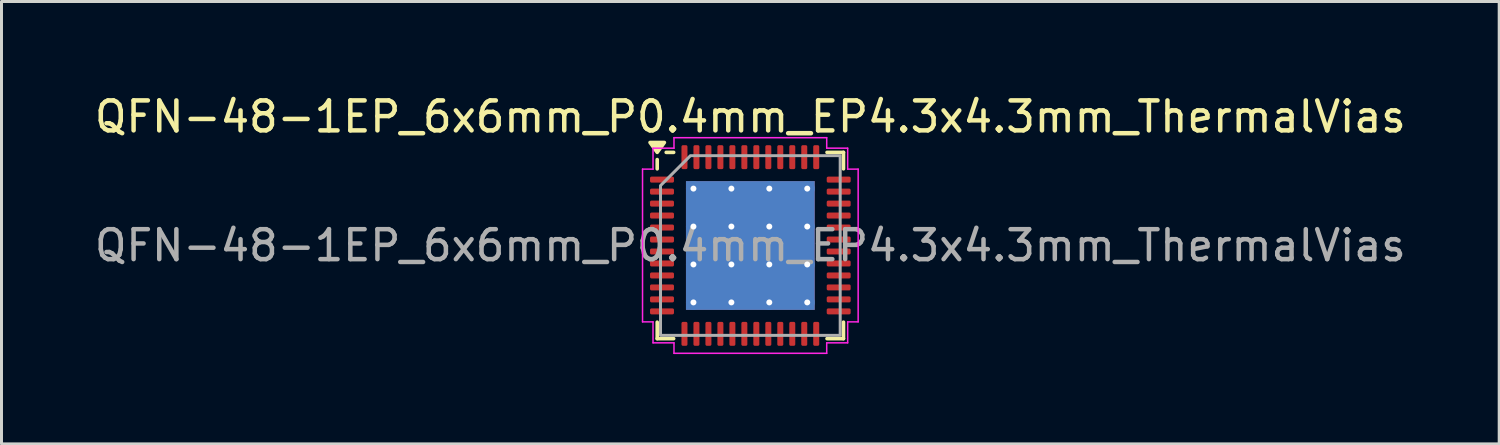
<source format=kicad_pcb>
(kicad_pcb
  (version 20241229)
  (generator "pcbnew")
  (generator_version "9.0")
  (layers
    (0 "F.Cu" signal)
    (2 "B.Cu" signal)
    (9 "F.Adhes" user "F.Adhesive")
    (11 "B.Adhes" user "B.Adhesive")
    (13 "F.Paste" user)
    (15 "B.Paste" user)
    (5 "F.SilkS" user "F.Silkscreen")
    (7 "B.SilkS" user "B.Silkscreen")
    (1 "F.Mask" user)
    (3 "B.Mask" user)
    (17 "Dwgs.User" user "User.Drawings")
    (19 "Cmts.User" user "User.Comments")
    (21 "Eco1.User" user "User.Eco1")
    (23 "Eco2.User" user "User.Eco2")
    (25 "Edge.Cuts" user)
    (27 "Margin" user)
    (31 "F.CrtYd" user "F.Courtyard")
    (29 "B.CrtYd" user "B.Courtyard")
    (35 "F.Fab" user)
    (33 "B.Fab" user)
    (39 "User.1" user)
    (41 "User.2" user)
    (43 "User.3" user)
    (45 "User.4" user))
  (footprint "QFN-48-1EP_6x6mm_P0.4mm_EP4.3x4.3mm_ThermalVias"
    (layer "F.Cu")
    (at 22.006 5.148)
    (property "Reference" "QFN-48-1EP_6x6mm_P0.4mm_EP4.3x4.3mm_ThermalVias" (at 0 -4.3 0) (layer "F.SilkS") (effects (font (size 1 1) (thickness 0.15))))
    (attr smd)
    (fp_line (start -3.11 -2.56) (end -3.11 -2.87) (stroke (width 0.12) (type solid)) (layer "F.SilkS"))
    (fp_line (start -3.11 3.11) (end -3.11 2.56) (stroke (width 0.12) (type solid)) (layer "F.SilkS"))
    (fp_line (start -2.56 -3.11) (end -2.81 -3.11) (stroke (width 0.12) (type solid)) (layer "F.SilkS"))
    (fp_line (start -2.56 3.11) (end -3.11 3.11) (stroke (width 0.12) (type solid)) (layer "F.SilkS"))
    (fp_line (start 2.56 -3.11) (end 3.11 -3.11) (stroke (width 0.12) (type solid)) (layer "F.SilkS"))
    (fp_line (start 2.56 3.11) (end 3.11 3.11) (stroke (width 0.12) (type solid)) (layer "F.SilkS"))
    (fp_line (start 3.11 -3.11) (end 3.11 -2.56) (stroke (width 0.12) (type solid)) (layer "F.SilkS"))
    (fp_line (start 3.11 3.11) (end 3.11 2.56) (stroke (width 0.12) (type solid)) (layer "F.SilkS"))
    (fp_poly (pts (xy -3.11 -3.11) (xy -3.35 -3.44) (xy -2.87 -3.44)) (stroke (width 0.12) (type solid)) (fill yes) (layer "F.SilkS"))
    (fp_line (start -3.6 -2.55) (end -3.25 -2.55) (stroke (width 0.05) (type solid)) (layer "F.CrtYd"))
    (fp_line (start -3.6 2.55) (end -3.6 -2.55) (stroke (width 0.05) (type solid)) (layer "F.CrtYd"))
    (fp_line (start -3.25 -3.25) (end -2.55 -3.25) (stroke (width 0.05) (type solid)) (layer "F.CrtYd"))
    (fp_line (start -3.25 -2.55) (end -3.25 -3.25) (stroke (width 0.05) (type solid)) (layer "F.CrtYd"))
    (fp_line (start -3.25 2.55) (end -3.6 2.55) (stroke (width 0.05) (type solid)) (layer "F.CrtYd"))
    (fp_line (start -3.25 3.25) (end -3.25 2.55) (stroke (width 0.05) (type solid)) (layer "F.CrtYd"))
    (fp_line (start -2.55 -3.6) (end 2.55 -3.6) (stroke (width 0.05) (type solid)) (layer "F.CrtYd"))
    (fp_line (start -2.55 -3.25) (end -2.55 -3.6) (stroke (width 0.05) (type solid)) (layer "F.CrtYd"))
    (fp_line (start -2.55 3.25) (end -3.25 3.25) (stroke (width 0.05) (type solid)) (layer "F.CrtYd"))
    (fp_line (start -2.55 3.6) (end -2.55 3.25) (stroke (width 0.05) (type solid)) (layer "F.CrtYd"))
    (fp_line (start 2.55 -3.6) (end 2.55 -3.25) (stroke (width 0.05) (type solid)) (layer "F.CrtYd"))
    (fp_line (start 2.55 -3.25) (end 3.25 -3.25) (stroke (width 0.05) (type solid)) (layer "F.CrtYd"))
    (fp_line (start 2.55 3.25) (end 2.55 3.6) (stroke (width 0.05) (type solid)) (layer "F.CrtYd"))
    (fp_line (start 2.55 3.6) (end -2.55 3.6) (stroke (width 0.05) (type solid)) (layer "F.CrtYd"))
    (fp_line (start 3.25 -3.25) (end 3.25 -2.55) (stroke (width 0.05) (type solid)) (layer "F.CrtYd"))
    (fp_line (start 3.25 -2.55) (end 3.6 -2.55) (stroke (width 0.05) (type solid)) (layer "F.CrtYd"))
    (fp_line (start 3.25 2.55) (end 3.25 3.25) (stroke (width 0.05) (type solid)) (layer "F.CrtYd"))
    (fp_line (start 3.25 3.25) (end 2.55 3.25) (stroke (width 0.05) (type solid)) (layer "F.CrtYd"))
    (fp_line (start 3.6 -2.55) (end 3.6 2.55) (stroke (width 0.05) (type solid)) (layer "F.CrtYd"))
    (fp_line (start 3.6 2.55) (end 3.25 2.55) (stroke (width 0.05) (type solid)) (layer "F.CrtYd"))
    (fp_poly (pts (xy -3 -2) (xy -3 3) (xy 3 3) (xy 3 -3) (xy -2 -3)) (stroke (width 0.1) (type solid)) (fill no) (layer "F.Fab"))
    (fp_text user "${REFERENCE}" (at 0 0 0) (layer "F.Fab") (effects (font (size 1 1) (thickness 0.15))))
    (pad "" smd roundrect (at -1.43 -1.43) (size 1.16 1.16) (layers "F.Paste") (roundrect_rratio 0.216))
    (pad "" smd roundrect (at -1.43 0) (size 1.16 1.16) (layers "F.Paste") (roundrect_rratio 0.216))
    (pad "" smd roundrect (at -1.43 1.43) (size 1.16 1.16) (layers "F.Paste") (roundrect_rratio 0.216))
    (pad "" smd roundrect (at 0 -1.43) (size 1.16 1.16) (layers "F.Paste") (roundrect_rratio 0.216))
    (pad "" smd roundrect (at 0 0) (size 1.16 1.16) (layers "F.Paste") (roundrect_rratio 0.216))
    (pad "" smd roundrect (at 0 1.43) (size 1.16 1.16) (layers "F.Paste") (roundrect_rratio 0.216))
    (pad "" smd roundrect (at 1.43 -1.43) (size 1.16 1.16) (layers "F.Paste") (roundrect_rratio 0.216))
    (pad "" smd roundrect (at 1.43 0) (size 1.16 1.16) (layers "F.Paste") (roundrect_rratio 0.216))
    (pad "" smd roundrect (at 1.43 1.43) (size 1.16 1.16) (layers "F.Paste") (roundrect_rratio 0.216))
    (pad "1" smd roundrect (at -2.95 -2.2) (size 0.8 0.2) (layers "F.Cu" "F.Mask" "F.Paste") (roundrect_rratio 0.25))
    (pad "2" smd roundrect (at -2.95 -1.8) (size 0.8 0.2) (layers "F.Cu" "F.Mask" "F.Paste") (roundrect_rratio 0.25))
    (pad "3" smd roundrect (at -2.95 -1.4) (size 0.8 0.2) (layers "F.Cu" "F.Mask" "F.Paste") (roundrect_rratio 0.25))
    (pad "4" smd roundrect (at -2.95 -1) (size 0.8 0.2) (layers "F.Cu" "F.Mask" "F.Paste") (roundrect_rratio 0.25))
    (pad "5" smd roundrect (at -2.95 -0.6) (size 0.8 0.2) (layers "F.Cu" "F.Mask" "F.Paste") (roundrect_rratio 0.25))
    (pad "6" smd roundrect (at -2.95 -0.2) (size 0.8 0.2) (layers "F.Cu" "F.Mask" "F.Paste") (roundrect_rratio 0.25))
    (pad "7" smd roundrect (at -2.95 0.2) (size 0.8 0.2) (layers "F.Cu" "F.Mask" "F.Paste") (roundrect_rratio 0.25))
    (pad "8" smd roundrect (at -2.95 0.6) (size 0.8 0.2) (layers "F.Cu" "F.Mask" "F.Paste") (roundrect_rratio 0.25))
    (pad "9" smd roundrect (at -2.95 1) (size 0.8 0.2) (layers "F.Cu" "F.Mask" "F.Paste") (roundrect_rratio 0.25))
    (pad "10" smd roundrect (at -2.95 1.4) (size 0.8 0.2) (layers "F.Cu" "F.Mask" "F.Paste") (roundrect_rratio 0.25))
    (pad "11" smd roundrect (at -2.95 1.8) (size 0.8 0.2) (layers "F.Cu" "F.Mask" "F.Paste") (roundrect_rratio 0.25))
    (pad "12" smd roundrect (at -2.95 2.2) (size 0.8 0.2) (layers "F.Cu" "F.Mask" "F.Paste") (roundrect_rratio 0.25))
    (pad "13" smd roundrect (at -2.2 2.95) (size 0.2 0.8) (layers "F.Cu" "F.Mask" "F.Paste") (roundrect_rratio 0.25))
    (pad "14" smd roundrect (at -1.8 2.95) (size 0.2 0.8) (layers "F.Cu" "F.Mask" "F.Paste") (roundrect_rratio 0.25))
    (pad "15" smd roundrect (at -1.4 2.95) (size 0.2 0.8) (layers "F.Cu" "F.Mask" "F.Paste") (roundrect_rratio 0.25))
    (pad "16" smd roundrect (at -1 2.95) (size 0.2 0.8) (layers "F.Cu" "F.Mask" "F.Paste") (roundrect_rratio 0.25))
    (pad "17" smd roundrect (at -0.6 2.95) (size 0.2 0.8) (layers "F.Cu" "F.Mask" "F.Paste") (roundrect_rratio 0.25))
    (pad "18" smd roundrect (at -0.2 2.95) (size 0.2 0.8) (layers "F.Cu" "F.Mask" "F.Paste") (roundrect_rratio 0.25))
    (pad "19" smd roundrect (at 0.2 2.95) (size 0.2 0.8) (layers "F.Cu" "F.Mask" "F.Paste") (roundrect_rratio 0.25))
    (pad "20" smd roundrect (at 0.6 2.95) (size 0.2 0.8) (layers "F.Cu" "F.Mask" "F.Paste") (roundrect_rratio 0.25))
    (pad "21" smd roundrect (at 1 2.95) (size 0.2 0.8) (layers "F.Cu" "F.Mask" "F.Paste") (roundrect_rratio 0.25))
    (pad "22" smd roundrect (at 1.4 2.95) (size 0.2 0.8) (layers "F.Cu" "F.Mask" "F.Paste") (roundrect_rratio 0.25))
    (pad "23" smd roundrect (at 1.8 2.95) (size 0.2 0.8) (layers "F.Cu" "F.Mask" "F.Paste") (roundrect_rratio 0.25))
    (pad "24" smd roundrect (at 2.2 2.95) (size 0.2 0.8) (layers "F.Cu" "F.Mask" "F.Paste") (roundrect_rratio 0.25))
    (pad "25" smd roundrect (at 2.95 2.2) (size 0.8 0.2) (layers "F.Cu" "F.Mask" "F.Paste") (roundrect_rratio 0.25))
    (pad "26" smd roundrect (at 2.95 1.8) (size 0.8 0.2) (layers "F.Cu" "F.Mask" "F.Paste") (roundrect_rratio 0.25))
    (pad "27" smd roundrect (at 2.95 1.4) (size 0.8 0.2) (layers "F.Cu" "F.Mask" "F.Paste") (roundrect_rratio 0.25))
    (pad "28" smd roundrect (at 2.95 1) (size 0.8 0.2) (layers "F.Cu" "F.Mask" "F.Paste") (roundrect_rratio 0.25))
    (pad "29" smd roundrect (at 2.95 0.6) (size 0.8 0.2) (layers "F.Cu" "F.Mask" "F.Paste") (roundrect_rratio 0.25))
    (pad "30" smd roundrect (at 2.95 0.2) (size 0.8 0.2) (layers "F.Cu" "F.Mask" "F.Paste") (roundrect_rratio 0.25))
    (pad "31" smd roundrect (at 2.95 -0.2) (size 0.8 0.2) (layers "F.Cu" "F.Mask" "F.Paste") (roundrect_rratio 0.25))
    (pad "32" smd roundrect (at 2.95 -0.6) (size 0.8 0.2) (layers "F.Cu" "F.Mask" "F.Paste") (roundrect_rratio 0.25))
    (pad "33" smd roundrect (at 2.95 -1) (size 0.8 0.2) (layers "F.Cu" "F.Mask" "F.Paste") (roundrect_rratio 0.25))
    (pad "34" smd roundrect (at 2.95 -1.4) (size 0.8 0.2) (layers "F.Cu" "F.Mask" "F.Paste") (roundrect_rratio 0.25))
    (pad "35" smd roundrect (at 2.95 -1.8) (size 0.8 0.2) (layers "F.Cu" "F.Mask" "F.Paste") (roundrect_rratio 0.25))
    (pad "36" smd roundrect (at 2.95 -2.2) (size 0.8 0.2) (layers "F.Cu" "F.Mask" "F.Paste") (roundrect_rratio 0.25))
    (pad "37" smd roundrect (at 2.2 -2.95) (size 0.2 0.8) (layers "F.Cu" "F.Mask" "F.Paste") (roundrect_rratio 0.25))
    (pad "38" smd roundrect (at 1.8 -2.95) (size 0.2 0.8) (layers "F.Cu" "F.Mask" "F.Paste") (roundrect_rratio 0.25))
    (pad "39" smd roundrect (at 1.4 -2.95) (size 0.2 0.8) (layers "F.Cu" "F.Mask" "F.Paste") (roundrect_rratio 0.25))
    (pad "40" smd roundrect (at 1 -2.95) (size 0.2 0.8) (layers "F.Cu" "F.Mask" "F.Paste") (roundrect_rratio 0.25))
    (pad "41" smd roundrect (at 0.6 -2.95) (size 0.2 0.8) (layers "F.Cu" "F.Mask" "F.Paste") (roundrect_rratio 0.25))
    (pad "42" smd roundrect (at 0.2 -2.95) (size 0.2 0.8) (layers "F.Cu" "F.Mask" "F.Paste") (roundrect_rratio 0.25))
    (pad "43" smd roundrect (at -0.2 -2.95) (size 0.2 0.8) (layers "F.Cu" "F.Mask" "F.Paste") (roundrect_rratio 0.25))
    (pad "44" smd roundrect (at -0.6 -2.95) (size 0.2 0.8) (layers "F.Cu" "F.Mask" "F.Paste") (roundrect_rratio 0.25))
    (pad "45" smd roundrect (at -1 -2.95) (size 0.2 0.8) (layers "F.Cu" "F.Mask" "F.Paste") (roundrect_rratio 0.25))
    (pad "46" smd roundrect (at -1.4 -2.95) (size 0.2 0.8) (layers "F.Cu" "F.Mask" "F.Paste") (roundrect_rratio 0.25))
    (pad "47" smd roundrect (at -1.8 -2.95) (size 0.2 0.8) (layers "F.Cu" "F.Mask" "F.Paste") (roundrect_rratio 0.25))
    (pad "48" smd roundrect (at -2.2 -2.95) (size 0.2 0.8) (layers "F.Cu" "F.Mask" "F.Paste") (roundrect_rratio 0.25))
    (pad "49" thru_hole circle (at -1.9 -1.9) (size 0.5 0.5) (drill 0.2) (property pad_prop_heatsink) (layers "*.Cu"))
    (pad "49" thru_hole circle (at -1.9 -0.633) (size 0.5 0.5) (drill 0.2) (property pad_prop_heatsink) (layers "*.Cu"))
    (pad "49" thru_hole circle (at -1.9 0.633) (size 0.5 0.5) (drill 0.2) (property pad_prop_heatsink) (layers "*.Cu"))
    (pad "49" thru_hole circle (at -1.9 1.9) (size 0.5 0.5) (drill 0.2) (property pad_prop_heatsink) (layers "*.Cu"))
    (pad "49" thru_hole circle (at -0.633 -1.9) (size 0.5 0.5) (drill 0.2) (property pad_prop_heatsink) (layers "*.Cu"))
    (pad "49" thru_hole circle (at -0.633 -0.633) (size 0.5 0.5) (drill 0.2) (property pad_prop_heatsink) (layers "*.Cu"))
    (pad "49" thru_hole circle (at -0.633 0.633) (size 0.5 0.5) (drill 0.2) (property pad_prop_heatsink) (layers "*.Cu"))
    (pad "49" thru_hole circle (at -0.633 1.9) (size 0.5 0.5) (drill 0.2) (property pad_prop_heatsink) (layers "*.Cu"))
    (pad "49" smd rect (at 0 0) (size 4.3 4.3) (property pad_prop_heatsink) (layers "F.Cu" "F.Mask"))
    (pad "49" smd rect (at 0 0) (size 4.3 4.3) (property pad_prop_heatsink) (layers "B.Cu"))
    (pad "49" thru_hole circle (at 0.633 -1.9) (size 0.5 0.5) (drill 0.2) (property pad_prop_heatsink) (layers "*.Cu"))
    (pad "49" thru_hole circle (at 0.633 -0.633) (size 0.5 0.5) (drill 0.2) (property pad_prop_heatsink) (layers "*.Cu"))
    (pad "49" thru_hole circle (at 0.633 0.633) (size 0.5 0.5) (drill 0.2) (property pad_prop_heatsink) (layers "*.Cu"))
    (pad "49" thru_hole circle (at 0.633 1.9) (size 0.5 0.5) (drill 0.2) (property pad_prop_heatsink) (layers "*.Cu"))
    (pad "49" thru_hole circle (at 1.9 -1.9) (size 0.5 0.5) (drill 0.2) (property pad_prop_heatsink) (layers "*.Cu"))
    (pad "49" thru_hole circle (at 1.9 -0.633) (size 0.5 0.5) (drill 0.2) (property pad_prop_heatsink) (layers "*.Cu"))
    (pad "49" thru_hole circle (at 1.9 0.633) (size 0.5 0.5) (drill 0.2) (property pad_prop_heatsink) (layers "*.Cu"))
    (pad "49" thru_hole circle (at 1.9 1.9) (size 0.5 0.5) (drill 0.2) (property pad_prop_heatsink) (layers "*.Cu")))
  (gr_rect
    (start -3 -3)
    (end 47.012 11.773)
    (stroke (width 0.1) (type default))
    (fill no)
    (layer "Edge.Cuts")))
</source>
